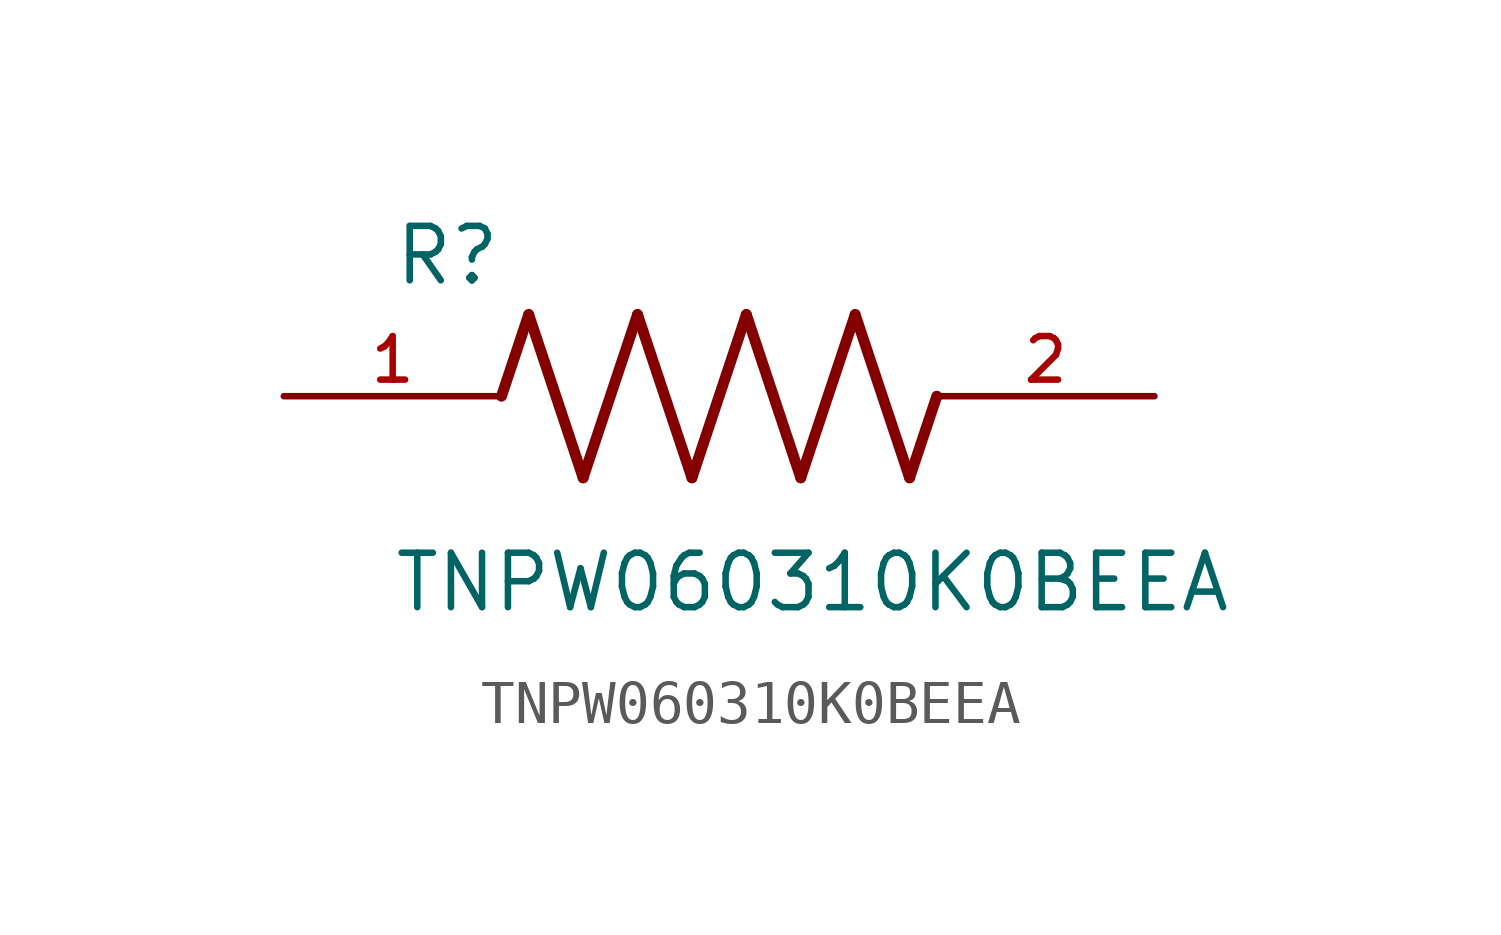
<source format=kicad_sym>
(kicad_symbol_lib
  (version 20211014)
  (generator kicad_symbol_editor)
  (symbol "TNPW060310K0BEEA"
    (pin_names
      (offset 1.016))
    (property "Reference" "R"
      (at -7.624 2.541 0)
      (effects (font (size 1.27 1.27)) (justify bottom left)))
    (property "Value" "TNPW060310K0BEEA"
      (at -7.63 -5.087 0)
      (effects (font (size 1.27 1.27)) (justify bottom left)))
    (symbol "TNPW060310K0BEEA_0_0"
      (polyline (pts (xy -5.08 0.0) (xy -4.445 1.905)) (stroke (width 0.254)))
      (polyline (pts (xy -4.445 1.905) (xy -3.175 -1.905)) (stroke (width 0.254)))
      (polyline (pts (xy -3.175 -1.905) (xy -1.905 1.905)) (stroke (width 0.254)))
      (polyline (pts (xy -1.905 1.905) (xy -0.635 -1.905)) (stroke (width 0.254)))
      (polyline (pts (xy -0.635 -1.905) (xy 0.635 1.905)) (stroke (width 0.254)))
      (polyline (pts (xy 0.635 1.905) (xy 1.905 -1.905)) (stroke (width 0.254)))
      (polyline (pts (xy 1.905 -1.905) (xy 3.175 1.905)) (stroke (width 0.254)))
      (polyline (pts (xy 3.175 1.905) (xy 4.445 -1.905)) (stroke (width 0.254)))
      (polyline (pts (xy 4.445 -1.905) (xy 5.08 0.0)) (stroke (width 0.254)))
      (pin passive line (at -10.16 0.0 0) (length 5.08) (name "~" (effects (font (size 1.016 1.016)))) (number "1" (effects (font (size 1.016 1.016)))))
      (pin passive line (at 10.16 0.0 180.0) (length 5.08) (name "~" (effects (font (size 1.016 1.016)))) (number "2" (effects (font (size 1.016 1.016))))))))
</source>
